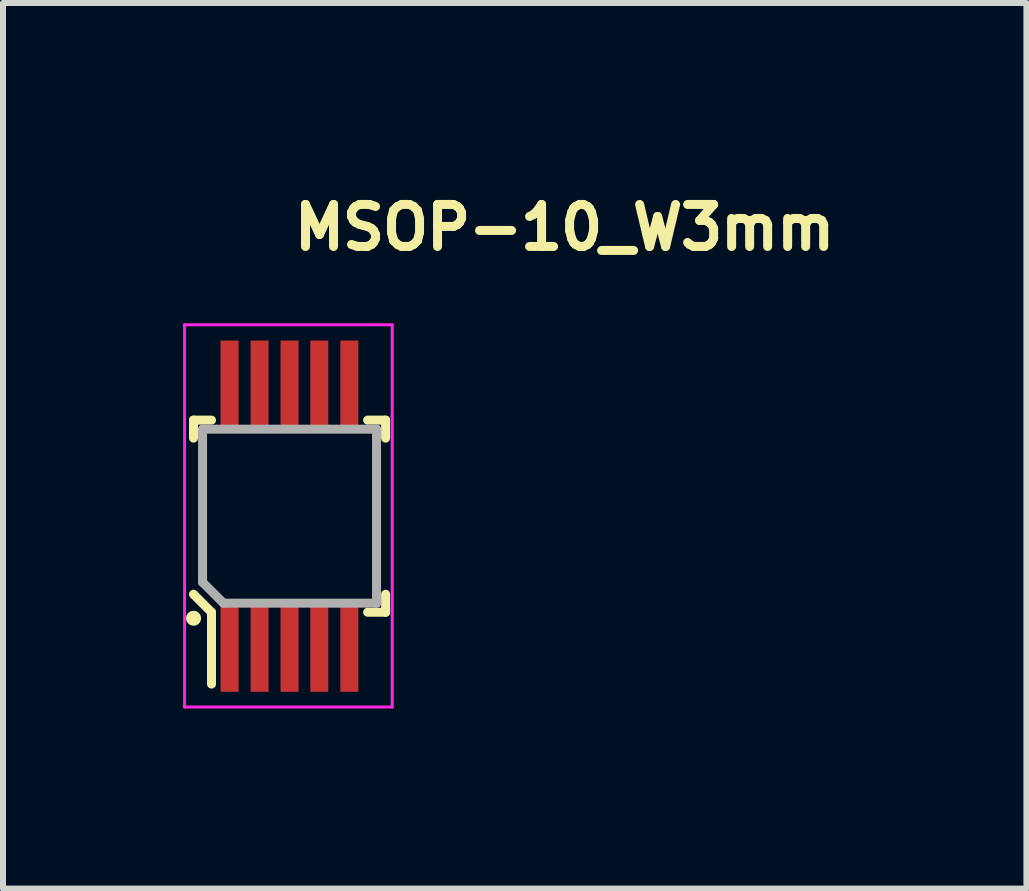
<source format=kicad_pcb>
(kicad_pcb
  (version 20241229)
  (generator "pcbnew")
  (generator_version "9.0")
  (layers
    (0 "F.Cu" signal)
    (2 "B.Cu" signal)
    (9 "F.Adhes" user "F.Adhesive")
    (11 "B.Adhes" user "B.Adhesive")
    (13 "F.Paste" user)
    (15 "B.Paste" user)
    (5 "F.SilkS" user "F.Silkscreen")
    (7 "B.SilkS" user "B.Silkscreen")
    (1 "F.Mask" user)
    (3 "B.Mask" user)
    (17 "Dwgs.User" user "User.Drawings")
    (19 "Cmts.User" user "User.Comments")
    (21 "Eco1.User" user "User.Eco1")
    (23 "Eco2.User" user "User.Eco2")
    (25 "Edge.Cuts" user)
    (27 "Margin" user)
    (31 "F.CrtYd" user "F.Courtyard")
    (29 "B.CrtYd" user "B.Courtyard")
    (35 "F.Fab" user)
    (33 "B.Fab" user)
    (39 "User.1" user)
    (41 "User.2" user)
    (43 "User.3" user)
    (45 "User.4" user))
  (footprint "MSOP-10_W3mm"
    (layer "F.Cu")
    (at 1.775 5.551)
    (property "Reference" "MSOP-10_W3mm" (at 0 -4.401 0) (layer "F.SilkS") (effects (font (size 0.7 0.7) (thickness 0.15)) (justify left bottom)))
    (attr smd)
    (fp_line (start -1.601 -1.601) (end -1.301 -1.601) (stroke (width 0.15) (type solid)) (layer "F.SilkS"))
    (fp_line (start -1.601 -1.301) (end -1.601 -1.601) (stroke (width 0.15) (type solid)) (layer "F.SilkS"))
    (fp_line (start -1.601 1.3) (end -1.301 1.6) (stroke (width 0.15) (type solid)) (layer "F.SilkS"))
    (fp_line (start -1.301 1.6) (end -1.301 2.797) (stroke (width 0.15) (type solid)) (layer "F.SilkS"))
    (fp_line (start 1.3 -1.601) (end 1.6 -1.601) (stroke (width 0.15) (type solid)) (layer "F.SilkS"))
    (fp_line (start 1.6 -1.601) (end 1.6 -1.301) (stroke (width 0.15) (type solid)) (layer "F.SilkS"))
    (fp_line (start 1.6 1.3) (end 1.6 1.6) (stroke (width 0.15) (type solid)) (layer "F.SilkS"))
    (fp_line (start 1.6 1.6) (end 1.3 1.6) (stroke (width 0.15) (type solid)) (layer "F.SilkS"))
    (fp_circle (center -1.6 1.7) (end -1.55 1.7) (stroke (width 0.15) (type solid)) (fill yes) (layer "F.SilkS"))
    (fp_line (start -1.75 -3.19) (end 1.71 -3.19) (stroke (width 0.05) (type solid)) (layer "F.CrtYd"))
    (fp_line (start -1.75 3.18) (end -1.75 -3.19) (stroke (width 0.05) (type solid)) (layer "F.CrtYd"))
    (fp_line (start -1.75 3.18) (end 1.71 3.18) (stroke (width 0.05) (type solid)) (layer "F.CrtYd"))
    (fp_line (start 1.71 -3.19) (end 1.71 3.18) (stroke (width 0.05) (type solid)) (layer "F.CrtYd"))
    (fp_line (start -1.45 -1.45) (end -1.45 1.1) (stroke (width 0.15) (type solid)) (layer "F.Fab"))
    (fp_line (start -1.45 -1.45) (end 1.449 -1.45) (stroke (width 0.15) (type solid)) (layer "F.Fab"))
    (fp_line (start -1.45 1.1) (end -1.101 1.449) (stroke (width 0.15) (type solid)) (layer "F.Fab"))
    (fp_line (start -1.101 1.449) (end 1.449 1.449) (stroke (width 0.15) (type solid)) (layer "F.Fab"))
    (fp_line (start 1.449 -1.45) (end 1.449 1.449) (stroke (width 0.15) (type solid)) (layer "F.Fab"))
    (fp_rect (start -1.5 -2.464) (end 1.499 2.463) (stroke (width 0.1) (type solid)) (fill no) (layer "User.5"))
    (fp_rect (start -1.5 -2.464) (end 1.499 2.463) (stroke (width 0.1) (type solid)) (fill no) (layer "User.5"))
    (fp_line (start -1.5 -1.422) (end -1.498 -1.426) (stroke (width 0.02) (type solid)) (layer "User.9"))
    (fp_line (start -1.5 -1.416) (end -1.5 -1.422) (stroke (width 0.02) (type solid)) (layer "User.9"))
    (fp_line (start -1.5 -1.412) (end -1.5 -1.416) (stroke (width 0.02) (type solid)) (layer "User.9"))
    (fp_line (start -1.5 -1.407) (end -1.5 -1.412) (stroke (width 0.02) (type solid)) (layer "User.9"))
    (fp_line (start -1.5 -1.401) (end -1.5 -1.407) (stroke (width 0.02) (type solid)) (layer "User.9"))
    (fp_line (start -1.5 -1.401) (end -1.5 -1.401) (stroke (width 0.02) (type solid)) (layer "User.9"))
    (fp_line (start -1.5 1.398) (end -1.5 -1.401) (stroke (width 0.02) (type solid)) (layer "User.9"))
    (fp_line (start -1.5 1.4) (end -1.5 1.398) (stroke (width 0.02) (type solid)) (layer "User.9"))
    (fp_line (start -1.5 1.404) (end -1.5 1.4) (stroke (width 0.02) (type solid)) (layer "User.9"))
    (fp_line (start -1.5 1.409) (end -1.5 1.404) (stroke (width 0.02) (type solid)) (layer "User.9"))
    (fp_line (start -1.5 1.415) (end -1.5 1.409) (stroke (width 0.02) (type solid)) (layer "User.9"))
    (fp_line (start -1.5 1.419) (end -1.5 1.415) (stroke (width 0.02) (type solid)) (layer "User.9"))
    (fp_line (start -1.498 -1.426) (end -1.496 -1.43) (stroke (width 0.02) (type solid)) (layer "User.9"))
    (fp_line (start -1.498 1.423) (end -1.5 1.419) (stroke (width 0.02) (type solid)) (layer "User.9"))
    (fp_line (start -1.496 -1.436) (end -1.494 -1.44) (stroke (width 0.02) (type solid)) (layer "User.9"))
    (fp_line (start -1.496 -1.43) (end -1.496 -1.436) (stroke (width 0.02) (type solid)) (layer "User.9"))
    (fp_line (start -1.496 1.429) (end -1.498 1.423) (stroke (width 0.02) (type solid)) (layer "User.9"))
    (fp_line (start -1.496 1.433) (end -1.496 1.429) (stroke (width 0.02) (type solid)) (layer "User.9"))
    (fp_line (start -1.494 -1.44) (end -1.492 -1.444) (stroke (width 0.02) (type solid)) (layer "User.9"))
    (fp_line (start -1.494 1.437) (end -1.496 1.433) (stroke (width 0.02) (type solid)) (layer "User.9"))
    (fp_line (start -1.492 -1.444) (end -1.49 -1.448) (stroke (width 0.02) (type solid)) (layer "User.9"))
    (fp_line (start -1.492 1.443) (end -1.494 1.437) (stroke (width 0.02) (type solid)) (layer "User.9"))
    (fp_line (start -1.49 -1.448) (end -1.486 -1.452) (stroke (width 0.02) (type solid)) (layer "User.9"))
    (fp_line (start -1.49 1.447) (end -1.492 1.443) (stroke (width 0.02) (type solid)) (layer "User.9"))
    (fp_line (start -1.486 -1.452) (end -1.484 -1.456) (stroke (width 0.02) (type solid)) (layer "User.9"))
    (fp_line (start -1.486 1.451) (end -1.49 1.447) (stroke (width 0.02) (type solid)) (layer "User.9"))
    (fp_line (start -1.484 -1.456) (end -1.482 -1.46) (stroke (width 0.02) (type solid)) (layer "User.9"))
    (fp_line (start -1.484 1.455) (end -1.486 1.451) (stroke (width 0.02) (type solid)) (layer "User.9"))
    (fp_line (start -1.482 -1.46) (end -1.478 -1.464) (stroke (width 0.02) (type solid)) (layer "User.9"))
    (fp_line (start -1.482 1.459) (end -1.484 1.455) (stroke (width 0.02) (type solid)) (layer "User.9"))
    (fp_line (start -1.478 -1.464) (end -1.476 -1.468) (stroke (width 0.02) (type solid)) (layer "User.9"))
    (fp_line (start -1.478 1.463) (end -1.482 1.459) (stroke (width 0.02) (type solid)) (layer "User.9"))
    (fp_line (start -1.476 -1.468) (end -1.472 -1.472) (stroke (width 0.02) (type solid)) (layer "User.9"))
    (fp_line (start -1.476 1.467) (end -1.478 1.463) (stroke (width 0.02) (type solid)) (layer "User.9"))
    (fp_line (start -1.472 -1.472) (end -1.468 -1.476) (stroke (width 0.02) (type solid)) (layer "User.9"))
    (fp_line (start -1.472 1.469) (end -1.476 1.467) (stroke (width 0.02) (type solid)) (layer "User.9"))
    (fp_line (start -1.468 -1.476) (end -1.464 -1.478) (stroke (width 0.02) (type solid)) (layer "User.9"))
    (fp_line (start -1.468 1.473) (end -1.472 1.469) (stroke (width 0.02) (type solid)) (layer "User.9"))
    (fp_line (start -1.464 -1.478) (end -1.46 -1.482) (stroke (width 0.02) (type solid)) (layer "User.9"))
    (fp_line (start -1.464 1.477) (end -1.468 1.473) (stroke (width 0.02) (type solid)) (layer "User.9"))
    (fp_line (start -1.46 -1.482) (end -1.456 -1.484) (stroke (width 0.02) (type solid)) (layer "User.9"))
    (fp_line (start -1.46 1.479) (end -1.464 1.477) (stroke (width 0.02) (type solid)) (layer "User.9"))
    (fp_line (start -1.456 -1.484) (end -1.452 -1.486) (stroke (width 0.02) (type solid)) (layer "User.9"))
    (fp_line (start -1.456 1.483) (end -1.46 1.479) (stroke (width 0.02) (type solid)) (layer "User.9"))
    (fp_line (start -1.452 -1.486) (end -1.448 -1.49) (stroke (width 0.02) (type solid)) (layer "User.9"))
    (fp_line (start -1.452 1.485) (end -1.456 1.483) (stroke (width 0.02) (type solid)) (layer "User.9"))
    (fp_line (start -1.448 -1.49) (end -1.444 -1.492) (stroke (width 0.02) (type solid)) (layer "User.9"))
    (fp_line (start -1.448 1.487) (end -1.452 1.485) (stroke (width 0.02) (type solid)) (layer "User.9"))
    (fp_line (start -1.444 -1.492) (end -1.44 -1.494) (stroke (width 0.02) (type solid)) (layer "User.9"))
    (fp_line (start -1.444 1.489) (end -1.448 1.487) (stroke (width 0.02) (type solid)) (layer "User.9"))
    (fp_line (start -1.44 -1.494) (end -1.436 -1.496) (stroke (width 0.02) (type solid)) (layer "User.9"))
    (fp_line (start -1.44 1.491) (end -1.444 1.489) (stroke (width 0.02) (type solid)) (layer "User.9"))
    (fp_line (start -1.436 -1.496) (end -1.43 -1.496) (stroke (width 0.02) (type solid)) (layer "User.9"))
    (fp_line (start -1.436 1.493) (end -1.44 1.491) (stroke (width 0.02) (type solid)) (layer "User.9"))
    (fp_line (start -1.43 -1.496) (end -1.426 -1.498) (stroke (width 0.02) (type solid)) (layer "User.9"))
    (fp_line (start -1.43 1.495) (end -1.436 1.493) (stroke (width 0.02) (type solid)) (layer "User.9"))
    (fp_line (start -1.426 -1.498) (end -1.422 -1.5) (stroke (width 0.02) (type solid)) (layer "User.9"))
    (fp_line (start -1.426 1.497) (end -1.43 1.495) (stroke (width 0.02) (type solid)) (layer "User.9"))
    (fp_line (start -1.422 -1.5) (end -1.416 -1.5) (stroke (width 0.02) (type solid)) (layer "User.9"))
    (fp_line (start -1.422 1.497) (end -1.426 1.497) (stroke (width 0.02) (type solid)) (layer "User.9"))
    (fp_line (start -1.416 -1.5) (end -1.412 -1.5) (stroke (width 0.02) (type solid)) (layer "User.9"))
    (fp_line (start -1.416 1.499) (end -1.422 1.497) (stroke (width 0.02) (type solid)) (layer "User.9"))
    (fp_line (start -1.412 -1.5) (end -1.407 -1.5) (stroke (width 0.02) (type solid)) (layer "User.9"))
    (fp_line (start -1.412 1.499) (end -1.416 1.499) (stroke (width 0.02) (type solid)) (layer "User.9"))
    (fp_line (start -1.407 -1.5) (end -1.401 -1.5) (stroke (width 0.02) (type solid)) (layer "User.9"))
    (fp_line (start -1.407 1.499) (end -1.412 1.499) (stroke (width 0.02) (type solid)) (layer "User.9"))
    (fp_line (start -1.401 -1.5) (end -1.401 -1.5) (stroke (width 0.02) (type solid)) (layer "User.9"))
    (fp_line (start -1.401 -1.5) (end 1.398 -1.5) (stroke (width 0.02) (type solid)) (layer "User.9"))
    (fp_line (start -1.401 1.499) (end -1.407 1.499) (stroke (width 0.02) (type solid)) (layer "User.9"))
    (fp_line (start -1.401 1.499) (end -1.401 1.499) (stroke (width 0.02) (type solid)) (layer "User.9"))
    (fp_line (start -1.401 1.499) (end 1.398 1.499) (stroke (width 0.02) (type solid)) (layer "User.9"))
    (fp_line (start -1.373 -1.474) (end -1.373 -1.373) (stroke (width 0.02) (type solid)) (layer "User.9"))
    (fp_line (start -1.373 -1.373) (end -1.474 -1.373) (stroke (width 0.02) (type solid)) (layer "User.9"))
    (fp_line (start -1.111 -2.169) (end -1.111 -2.464) (stroke (width 0.02) (type solid)) (layer "User.9"))
    (fp_line (start -1.111 -2.169) (end -1.111 -2.077) (stroke (width 0.02) (type solid)) (layer "User.9"))
    (fp_line (start -1.111 -2.048) (end -1.111 -2.077) (stroke (width 0.02) (type solid)) (layer "User.9"))
    (fp_line (start -1.111 -1.772) (end -1.111 -2.048) (stroke (width 0.02) (type solid)) (layer "User.9"))
    (fp_line (start -1.111 -1.5) (end -1.111 -1.772) (stroke (width 0.02) (type solid)) (layer "User.9"))
    (fp_line (start -1.111 1.499) (end -1.111 1.769) (stroke (width 0.02) (type solid)) (layer "User.9"))
    (fp_line (start -1.111 1.499) (end -0.89 1.499) (stroke (width 0.02) (type solid)) (layer "User.9"))
    (fp_line (start -1.111 2.043) (end -1.111 1.769) (stroke (width 0.02) (type solid)) (layer "User.9"))
    (fp_line (start -1.111 2.076) (end -1.111 2.043) (stroke (width 0.02) (type solid)) (layer "User.9"))
    (fp_line (start -1.111 2.168) (end -1.111 2.076) (stroke (width 0.02) (type solid)) (layer "User.9"))
    (fp_line (start -1.111 2.168) (end -1.111 2.463) (stroke (width 0.02) (type solid)) (layer "User.9"))
    (fp_line (start -1.111 2.463) (end -0.89 2.463) (stroke (width 0.02) (type solid)) (layer "User.9"))
    (fp_line (start -0.89 -2.464) (end -1.111 -2.464) (stroke (width 0.02) (type solid)) (layer "User.9"))
    (fp_line (start -0.89 -2.169) (end -0.89 -2.464) (stroke (width 0.02) (type solid)) (layer "User.9"))
    (fp_line (start -0.89 -2.169) (end -0.89 -2.077) (stroke (width 0.02) (type solid)) (layer "User.9"))
    (fp_line (start -0.89 -2.077) (end -0.89 -2.048) (stroke (width 0.02) (type solid)) (layer "User.9"))
    (fp_line (start -0.89 -2.048) (end -0.89 -1.772) (stroke (width 0.02) (type solid)) (layer "User.9"))
    (fp_line (start -0.89 -1.5) (end -1.111 -1.5) (stroke (width 0.02) (type solid)) (layer "User.9"))
    (fp_line (start -0.89 -1.5) (end -0.89 -1.772) (stroke (width 0.02) (type solid)) (layer "User.9"))
    (fp_line (start -0.89 1.499) (end -0.89 1.769) (stroke (width 0.02) (type solid)) (layer "User.9"))
    (fp_line (start -0.89 1.769) (end -0.89 2.043) (stroke (width 0.02) (type solid)) (layer "User.9"))
    (fp_line (start -0.89 2.043) (end -0.89 2.076) (stroke (width 0.02) (type solid)) (layer "User.9"))
    (fp_line (start -0.89 2.168) (end -0.89 2.076) (stroke (width 0.02) (type solid)) (layer "User.9"))
    (fp_line (start -0.89 2.168) (end -0.89 2.463) (stroke (width 0.02) (type solid)) (layer "User.9"))
    (fp_line (start -0.61 -2.169) (end -0.61 -2.464) (stroke (width 0.02) (type solid)) (layer "User.9"))
    (fp_line (start -0.61 -2.169) (end -0.61 -2.077) (stroke (width 0.02) (type solid)) (layer "User.9"))
    (fp_line (start -0.61 -2.048) (end -0.61 -2.077) (stroke (width 0.02) (type solid)) (layer "User.9"))
    (fp_line (start -0.61 -1.772) (end -0.61 -2.048) (stroke (width 0.02) (type solid)) (layer "User.9"))
    (fp_line (start -0.61 -1.5) (end -0.61 -1.772) (stroke (width 0.02) (type solid)) (layer "User.9"))
    (fp_line (start -0.61 1.499) (end -0.61 1.769) (stroke (width 0.02) (type solid)) (layer "User.9"))
    (fp_line (start -0.61 1.499) (end -0.393 1.499) (stroke (width 0.02) (type solid)) (layer "User.9"))
    (fp_line (start -0.61 2.043) (end -0.61 1.769) (stroke (width 0.02) (type solid)) (layer "User.9"))
    (fp_line (start -0.61 2.076) (end -0.61 2.043) (stroke (width 0.02) (type solid)) (layer "User.9"))
    (fp_line (start -0.61 2.168) (end -0.61 2.076) (stroke (width 0.02) (type solid)) (layer "User.9"))
    (fp_line (start -0.61 2.168) (end -0.61 2.463) (stroke (width 0.02) (type solid)) (layer "User.9"))
    (fp_line (start -0.61 2.463) (end -0.393 2.463) (stroke (width 0.02) (type solid)) (layer "User.9"))
    (fp_line (start -0.393 -2.464) (end -0.61 -2.464) (stroke (width 0.02) (type solid)) (layer "User.9"))
    (fp_line (start -0.393 -2.169) (end -0.393 -2.464) (stroke (width 0.02) (type solid)) (layer "User.9"))
    (fp_line (start -0.393 -2.169) (end -0.393 -2.077) (stroke (width 0.02) (type solid)) (layer "User.9"))
    (fp_line (start -0.393 -2.077) (end -0.393 -2.048) (stroke (width 0.02) (type solid)) (layer "User.9"))
    (fp_line (start -0.393 -2.048) (end -0.393 -1.772) (stroke (width 0.02) (type solid)) (layer "User.9"))
    (fp_line (start -0.393 -1.5) (end -0.61 -1.5) (stroke (width 0.02) (type solid)) (layer "User.9"))
    (fp_line (start -0.393 -1.5) (end -0.393 -1.772) (stroke (width 0.02) (type solid)) (layer "User.9"))
    (fp_line (start -0.393 1.499) (end -0.393 1.769) (stroke (width 0.02) (type solid)) (layer "User.9"))
    (fp_line (start -0.393 1.769) (end -0.393 2.043) (stroke (width 0.02) (type solid)) (layer "User.9"))
    (fp_line (start -0.393 2.043) (end -0.393 2.076) (stroke (width 0.02) (type solid)) (layer "User.9"))
    (fp_line (start -0.393 2.168) (end -0.393 2.076) (stroke (width 0.02) (type solid)) (layer "User.9"))
    (fp_line (start -0.393 2.168) (end -0.393 2.463) (stroke (width 0.02) (type solid)) (layer "User.9"))
    (fp_line (start -0.11 -2.169) (end -0.11 -2.464) (stroke (width 0.02) (type solid)) (layer "User.9"))
    (fp_line (start -0.11 -2.169) (end -0.11 -2.077) (stroke (width 0.02) (type solid)) (layer "User.9"))
    (fp_line (start -0.11 -2.048) (end -0.11 -2.077) (stroke (width 0.02) (type solid)) (layer "User.9"))
    (fp_line (start -0.11 -1.772) (end -0.11 -2.048) (stroke (width 0.02) (type solid)) (layer "User.9"))
    (fp_line (start -0.11 -1.5) (end -0.11 -1.772) (stroke (width 0.02) (type solid)) (layer "User.9"))
    (fp_line (start -0.11 1.499) (end -0.11 1.769) (stroke (width 0.02) (type solid)) (layer "User.9"))
    (fp_line (start -0.11 1.499) (end 0.107 1.499) (stroke (width 0.02) (type solid)) (layer "User.9"))
    (fp_line (start -0.11 2.043) (end -0.11 1.769) (stroke (width 0.02) (type solid)) (layer "User.9"))
    (fp_line (start -0.11 2.076) (end -0.11 2.043) (stroke (width 0.02) (type solid)) (layer "User.9"))
    (fp_line (start -0.11 2.168) (end -0.11 2.076) (stroke (width 0.02) (type solid)) (layer "User.9"))
    (fp_line (start -0.11 2.168) (end -0.11 2.463) (stroke (width 0.02) (type solid)) (layer "User.9"))
    (fp_line (start -0.11 2.463) (end 0.107 2.463) (stroke (width 0.02) (type solid)) (layer "User.9"))
    (fp_line (start 0.107 -2.464) (end -0.11 -2.464) (stroke (width 0.02) (type solid)) (layer "User.9"))
    (fp_line (start 0.107 -2.169) (end 0.107 -2.464) (stroke (width 0.02) (type solid)) (layer "User.9"))
    (fp_line (start 0.107 -2.169) (end 0.107 -2.077) (stroke (width 0.02) (type solid)) (layer "User.9"))
    (fp_line (start 0.107 -2.077) (end 0.107 -2.048) (stroke (width 0.02) (type solid)) (layer "User.9"))
    (fp_line (start 0.107 -2.048) (end 0.107 -1.772) (stroke (width 0.02) (type solid)) (layer "User.9"))
    (fp_line (start 0.107 -1.5) (end -0.11 -1.5) (stroke (width 0.02) (type solid)) (layer "User.9"))
    (fp_line (start 0.107 -1.5) (end 0.107 -1.772) (stroke (width 0.02) (type solid)) (layer "User.9"))
    (fp_line (start 0.107 1.499) (end 0.107 1.769) (stroke (width 0.02) (type solid)) (layer "User.9"))
    (fp_line (start 0.107 1.769) (end 0.107 2.043) (stroke (width 0.02) (type solid)) (layer "User.9"))
    (fp_line (start 0.107 2.043) (end 0.107 2.076) (stroke (width 0.02) (type solid)) (layer "User.9"))
    (fp_line (start 0.107 2.168) (end 0.107 2.076) (stroke (width 0.02) (type solid)) (layer "User.9"))
    (fp_line (start 0.107 2.168) (end 0.107 2.463) (stroke (width 0.02) (type solid)) (layer "User.9"))
    (fp_line (start 0.39 -2.169) (end 0.39 -2.464) (stroke (width 0.02) (type solid)) (layer "User.9"))
    (fp_line (start 0.39 -2.169) (end 0.39 -2.077) (stroke (width 0.02) (type solid)) (layer "User.9"))
    (fp_line (start 0.39 -2.048) (end 0.39 -2.077) (stroke (width 0.02) (type solid)) (layer "User.9"))
    (fp_line (start 0.39 -1.772) (end 0.39 -2.048) (stroke (width 0.02) (type solid)) (layer "User.9"))
    (fp_line (start 0.39 -1.5) (end 0.39 -1.772) (stroke (width 0.02) (type solid)) (layer "User.9"))
    (fp_line (start 0.39 1.499) (end 0.39 1.769) (stroke (width 0.02) (type solid)) (layer "User.9"))
    (fp_line (start 0.39 1.499) (end 0.607 1.499) (stroke (width 0.02) (type solid)) (layer "User.9"))
    (fp_line (start 0.39 2.043) (end 0.39 1.769) (stroke (width 0.02) (type solid)) (layer "User.9"))
    (fp_line (start 0.39 2.076) (end 0.39 2.043) (stroke (width 0.02) (type solid)) (layer "User.9"))
    (fp_line (start 0.39 2.168) (end 0.39 2.076) (stroke (width 0.02) (type solid)) (layer "User.9"))
    (fp_line (start 0.39 2.168) (end 0.39 2.463) (stroke (width 0.02) (type solid)) (layer "User.9"))
    (fp_line (start 0.39 2.463) (end 0.607 2.463) (stroke (width 0.02) (type solid)) (layer "User.9"))
    (fp_line (start 0.607 -2.464) (end 0.39 -2.464) (stroke (width 0.02) (type solid)) (layer "User.9"))
    (fp_line (start 0.607 -2.169) (end 0.607 -2.464) (stroke (width 0.02) (type solid)) (layer "User.9"))
    (fp_line (start 0.607 -2.169) (end 0.607 -2.077) (stroke (width 0.02) (type solid)) (layer "User.9"))
    (fp_line (start 0.607 -2.077) (end 0.607 -2.048) (stroke (width 0.02) (type solid)) (layer "User.9"))
    (fp_line (start 0.607 -2.048) (end 0.607 -1.772) (stroke (width 0.02) (type solid)) (layer "User.9"))
    (fp_line (start 0.607 -1.5) (end 0.39 -1.5) (stroke (width 0.02) (type solid)) (layer "User.9"))
    (fp_line (start 0.607 -1.5) (end 0.607 -1.772) (stroke (width 0.02) (type solid)) (layer "User.9"))
    (fp_line (start 0.607 1.499) (end 0.607 1.769) (stroke (width 0.02) (type solid)) (layer "User.9"))
    (fp_line (start 0.607 1.769) (end 0.607 2.043) (stroke (width 0.02) (type solid)) (layer "User.9"))
    (fp_line (start 0.607 2.043) (end 0.607 2.076) (stroke (width 0.02) (type solid)) (layer "User.9"))
    (fp_line (start 0.607 2.168) (end 0.607 2.076) (stroke (width 0.02) (type solid)) (layer "User.9"))
    (fp_line (start 0.607 2.168) (end 0.607 2.463) (stroke (width 0.02) (type solid)) (layer "User.9"))
    (fp_line (start 0.887 -2.169) (end 0.887 -2.464) (stroke (width 0.02) (type solid)) (layer "User.9"))
    (fp_line (start 0.887 -2.169) (end 0.887 -2.077) (stroke (width 0.02) (type solid)) (layer "User.9"))
    (fp_line (start 0.887 -2.048) (end 0.887 -2.077) (stroke (width 0.02) (type solid)) (layer "User.9"))
    (fp_line (start 0.887 -1.772) (end 0.887 -2.048) (stroke (width 0.02) (type solid)) (layer "User.9"))
    (fp_line (start 0.887 -1.5) (end 0.887 -1.772) (stroke (width 0.02) (type solid)) (layer "User.9"))
    (fp_line (start 0.887 1.499) (end 0.887 1.769) (stroke (width 0.02) (type solid)) (layer "User.9"))
    (fp_line (start 0.887 1.499) (end 1.11 1.499) (stroke (width 0.02) (type solid)) (layer "User.9"))
    (fp_line (start 0.887 2.043) (end 0.887 1.769) (stroke (width 0.02) (type solid)) (layer "User.9"))
    (fp_line (start 0.887 2.076) (end 0.887 2.043) (stroke (width 0.02) (type solid)) (layer "User.9"))
    (fp_line (start 0.887 2.168) (end 0.887 2.076) (stroke (width 0.02) (type solid)) (layer "User.9"))
    (fp_line (start 0.887 2.168) (end 0.887 2.463) (stroke (width 0.02) (type solid)) (layer "User.9"))
    (fp_line (start 0.887 2.463) (end 1.11 2.463) (stroke (width 0.02) (type solid)) (layer "User.9"))
    (fp_line (start 1.11 -2.464) (end 0.887 -2.464) (stroke (width 0.02) (type solid)) (layer "User.9"))
    (fp_line (start 1.11 -2.169) (end 1.11 -2.464) (stroke (width 0.02) (type solid)) (layer "User.9"))
    (fp_line (start 1.11 -2.169) (end 1.11 -2.077) (stroke (width 0.02) (type solid)) (layer "User.9"))
    (fp_line (start 1.11 -2.077) (end 1.11 -2.048) (stroke (width 0.02) (type solid)) (layer "User.9"))
    (fp_line (start 1.11 -2.048) (end 1.11 -1.772) (stroke (width 0.02) (type solid)) (layer "User.9"))
    (fp_line (start 1.11 -1.5) (end 0.887 -1.5) (stroke (width 0.02) (type solid)) (layer "User.9"))
    (fp_line (start 1.11 -1.5) (end 1.11 -1.772) (stroke (width 0.02) (type solid)) (layer "User.9"))
    (fp_line (start 1.11 1.499) (end 1.11 1.769) (stroke (width 0.02) (type solid)) (layer "User.9"))
    (fp_line (start 1.11 1.769) (end 1.11 2.043) (stroke (width 0.02) (type solid)) (layer "User.9"))
    (fp_line (start 1.11 2.043) (end 1.11 2.076) (stroke (width 0.02) (type solid)) (layer "User.9"))
    (fp_line (start 1.11 2.168) (end 1.11 2.076) (stroke (width 0.02) (type solid)) (layer "User.9"))
    (fp_line (start 1.11 2.168) (end 1.11 2.463) (stroke (width 0.02) (type solid)) (layer "User.9"))
    (fp_line (start 1.372 -1.474) (end 1.376 -1.472) (stroke (width 0.02) (type solid)) (layer "User.9"))
    (fp_line (start 1.372 1.471) (end 1.372 1.372) (stroke (width 0.02) (type solid)) (layer "User.9"))
    (fp_line (start 1.376 -1.472) (end 1.382 -1.472) (stroke (width 0.02) (type solid)) (layer "User.9"))
    (fp_line (start 1.376 1.471) (end 1.372 1.471) (stroke (width 0.02) (type solid)) (layer "User.9"))
    (fp_line (start 1.382 -1.472) (end 1.386 -1.472) (stroke (width 0.02) (type solid)) (layer "User.9"))
    (fp_line (start 1.382 1.471) (end 1.376 1.471) (stroke (width 0.02) (type solid)) (layer "User.9"))
    (fp_line (start 1.386 -1.472) (end 1.392 -1.47) (stroke (width 0.02) (type solid)) (layer "User.9"))
    (fp_line (start 1.386 1.469) (end 1.382 1.471) (stroke (width 0.02) (type solid)) (layer "User.9"))
    (fp_line (start 1.392 -1.47) (end 1.396 -1.47) (stroke (width 0.02) (type solid)) (layer "User.9"))
    (fp_line (start 1.392 1.469) (end 1.386 1.469) (stroke (width 0.02) (type solid)) (layer "User.9"))
    (fp_line (start 1.396 -1.47) (end 1.4 -1.468) (stroke (width 0.02) (type solid)) (layer "User.9"))
    (fp_line (start 1.396 1.467) (end 1.392 1.469) (stroke (width 0.02) (type solid)) (layer "User.9"))
    (fp_line (start 1.398 -1.5) (end 1.4 -1.5) (stroke (width 0.02) (type solid)) (layer "User.9"))
    (fp_line (start 1.4 -1.5) (end 1.404 -1.5) (stroke (width 0.02) (type solid)) (layer "User.9"))
    (fp_line (start 1.4 -1.468) (end 1.406 -1.466) (stroke (width 0.02) (type solid)) (layer "User.9"))
    (fp_line (start 1.4 1.467) (end 1.396 1.467) (stroke (width 0.02) (type solid)) (layer "User.9"))
    (fp_line (start 1.4 1.499) (end 1.398 1.499) (stroke (width 0.02) (type solid)) (layer "User.9"))
    (fp_line (start 1.404 -1.5) (end 1.409 -1.5) (stroke (width 0.02) (type solid)) (layer "User.9"))
    (fp_line (start 1.404 1.499) (end 1.4 1.499) (stroke (width 0.02) (type solid)) (layer "User.9"))
    (fp_line (start 1.406 -1.466) (end 1.411 -1.466) (stroke (width 0.02) (type solid)) (layer "User.9"))
    (fp_line (start 1.406 1.465) (end 1.4 1.467) (stroke (width 0.02) (type solid)) (layer "User.9"))
    (fp_line (start 1.409 -1.5) (end 1.415 -1.5) (stroke (width 0.02) (type solid)) (layer "User.9"))
    (fp_line (start 1.409 1.499) (end 1.404 1.499) (stroke (width 0.02) (type solid)) (layer "User.9"))
    (fp_line (start 1.411 -1.466) (end 1.415 -1.464) (stroke (width 0.02) (type solid)) (layer "User.9"))
    (fp_line (start 1.411 1.463) (end 1.406 1.465) (stroke (width 0.02) (type solid)) (layer "User.9"))
    (fp_line (start 1.415 -1.5) (end 1.419 -1.5) (stroke (width 0.02) (type solid)) (layer "User.9"))
    (fp_line (start 1.415 -1.464) (end 1.419 -1.46) (stroke (width 0.02) (type solid)) (layer "User.9"))
    (fp_line (start 1.415 1.461) (end 1.411 1.463) (stroke (width 0.02) (type solid)) (layer "User.9"))
    (fp_line (start 1.415 1.499) (end 1.409 1.499) (stroke (width 0.02) (type solid)) (layer "User.9"))
    (fp_line (start 1.419 -1.5) (end 1.423 -1.498) (stroke (width 0.02) (type solid)) (layer "User.9"))
    (fp_line (start 1.419 -1.46) (end 1.423 -1.458) (stroke (width 0.02) (type solid)) (layer "User.9"))
    (fp_line (start 1.419 1.459) (end 1.415 1.461) (stroke (width 0.02) (type solid)) (layer "User.9"))
    (fp_line (start 1.419 1.497) (end 1.415 1.499) (stroke (width 0.02) (type solid)) (layer "User.9"))
    (fp_line (start 1.423 -1.498) (end 1.429 -1.496) (stroke (width 0.02) (type solid)) (layer "User.9"))
    (fp_line (start 1.423 -1.458) (end 1.427 -1.456) (stroke (width 0.02) (type solid)) (layer "User.9"))
    (fp_line (start 1.423 1.457) (end 1.419 1.459) (stroke (width 0.02) (type solid)) (layer "User.9"))
    (fp_line (start 1.423 1.497) (end 1.419 1.497) (stroke (width 0.02) (type solid)) (layer "User.9"))
    (fp_line (start 1.427 -1.456) (end 1.431 -1.454) (stroke (width 0.02) (type solid)) (layer "User.9"))
    (fp_line (start 1.427 1.453) (end 1.423 1.457) (stroke (width 0.02) (type solid)) (layer "User.9"))
    (fp_line (start 1.429 -1.496) (end 1.433 -1.496) (stroke (width 0.02) (type solid)) (layer "User.9"))
    (fp_line (start 1.429 1.495) (end 1.423 1.497) (stroke (width 0.02) (type solid)) (layer "User.9"))
    (fp_line (start 1.431 -1.454) (end 1.435 -1.45) (stroke (width 0.02) (type solid)) (layer "User.9"))
    (fp_line (start 1.431 1.451) (end 1.427 1.453) (stroke (width 0.02) (type solid)) (layer "User.9"))
    (fp_line (start 1.433 -1.496) (end 1.437 -1.494) (stroke (width 0.02) (type solid)) (layer "User.9"))
    (fp_line (start 1.433 1.493) (end 1.429 1.495) (stroke (width 0.02) (type solid)) (layer "User.9"))
    (fp_line (start 1.435 -1.45) (end 1.439 -1.446) (stroke (width 0.02) (type solid)) (layer "User.9"))
    (fp_line (start 1.435 1.449) (end 1.431 1.451) (stroke (width 0.02) (type solid)) (layer "User.9"))
    (fp_line (start 1.437 -1.494) (end 1.443 -1.492) (stroke (width 0.02) (type solid)) (layer "User.9"))
    (fp_line (start 1.437 1.491) (end 1.433 1.493) (stroke (width 0.02) (type solid)) (layer "User.9"))
    (fp_line (start 1.439 -1.446) (end 1.441 -1.444) (stroke (width 0.02) (type solid)) (layer "User.9"))
    (fp_line (start 1.439 1.445) (end 1.435 1.449) (stroke (width 0.02) (type solid)) (layer "User.9"))
    (fp_line (start 1.441 -1.444) (end 1.445 -1.44) (stroke (width 0.02) (type solid)) (layer "User.9"))
    (fp_line (start 1.441 1.441) (end 1.439 1.445) (stroke (width 0.02) (type solid)) (layer "User.9"))
    (fp_line (start 1.443 -1.492) (end 1.447 -1.49) (stroke (width 0.02) (type solid)) (layer "User.9"))
    (fp_line (start 1.443 1.489) (end 1.437 1.491) (stroke (width 0.02) (type solid)) (layer "User.9"))
    (fp_line (start 1.445 -1.44) (end 1.449 -1.436) (stroke (width 0.02) (type solid)) (layer "User.9"))
    (fp_line (start 1.445 1.439) (end 1.441 1.441) (stroke (width 0.02) (type solid)) (layer "User.9"))
    (fp_line (start 1.447 -1.49) (end 1.451 -1.486) (stroke (width 0.02) (type solid)) (layer "User.9"))
    (fp_line (start 1.447 1.487) (end 1.443 1.489) (stroke (width 0.02) (type solid)) (layer "User.9"))
    (fp_line (start 1.449 -1.436) (end 1.451 -1.432) (stroke (width 0.02) (type solid)) (layer "User.9"))
    (fp_line (start 1.449 1.435) (end 1.445 1.439) (stroke (width 0.02) (type solid)) (layer "User.9"))
    (fp_line (start 1.451 -1.486) (end 1.455 -1.484) (stroke (width 0.02) (type solid)) (layer "User.9"))
    (fp_line (start 1.451 -1.432) (end 1.453 -1.428) (stroke (width 0.02) (type solid)) (layer "User.9"))
    (fp_line (start 1.451 1.431) (end 1.449 1.435) (stroke (width 0.02) (type solid)) (layer "User.9"))
    (fp_line (start 1.451 1.485) (end 1.447 1.487) (stroke (width 0.02) (type solid)) (layer "User.9"))
    (fp_line (start 1.453 -1.428) (end 1.457 -1.424) (stroke (width 0.02) (type solid)) (layer "User.9"))
    (fp_line (start 1.453 1.427) (end 1.451 1.431) (stroke (width 0.02) (type solid)) (layer "User.9"))
    (fp_line (start 1.455 -1.484) (end 1.459 -1.482) (stroke (width 0.02) (type solid)) (layer "User.9"))
    (fp_line (start 1.455 1.483) (end 1.451 1.485) (stroke (width 0.02) (type solid)) (layer "User.9"))
    (fp_line (start 1.457 -1.424) (end 1.459 -1.42) (stroke (width 0.02) (type solid)) (layer "User.9"))
    (fp_line (start 1.457 1.423) (end 1.453 1.427) (stroke (width 0.02) (type solid)) (layer "User.9"))
    (fp_line (start 1.459 -1.482) (end 1.463 -1.478) (stroke (width 0.02) (type solid)) (layer "User.9"))
    (fp_line (start 1.459 -1.42) (end 1.461 -1.416) (stroke (width 0.02) (type solid)) (layer "User.9"))
    (fp_line (start 1.459 1.419) (end 1.457 1.423) (stroke (width 0.02) (type solid)) (layer "User.9"))
    (fp_line (start 1.459 1.479) (end 1.455 1.483) (stroke (width 0.02) (type solid)) (layer "User.9"))
    (fp_line (start 1.461 -1.416) (end 1.463 -1.412) (stroke (width 0.02) (type solid)) (layer "User.9"))
    (fp_line (start 1.461 1.415) (end 1.459 1.419) (stroke (width 0.02) (type solid)) (layer "User.9"))
    (fp_line (start 1.463 -1.478) (end 1.467 -1.476) (stroke (width 0.02) (type solid)) (layer "User.9"))
    (fp_line (start 1.463 -1.412) (end 1.465 -1.407) (stroke (width 0.02) (type solid)) (layer "User.9"))
    (fp_line (start 1.463 1.411) (end 1.461 1.415) (stroke (width 0.02) (type solid)) (layer "User.9"))
    (fp_line (start 1.463 1.477) (end 1.459 1.479) (stroke (width 0.02) (type solid)) (layer "User.9"))
    (fp_line (start 1.465 -1.407) (end 1.467 -1.403) (stroke (width 0.02) (type solid)) (layer "User.9"))
    (fp_line (start 1.465 1.406) (end 1.463 1.411) (stroke (width 0.02) (type solid)) (layer "User.9"))
    (fp_line (start 1.467 -1.476) (end 1.469 -1.472) (stroke (width 0.02) (type solid)) (layer "User.9"))
    (fp_line (start 1.467 -1.403) (end 1.467 -1.399) (stroke (width 0.02) (type solid)) (layer "User.9"))
    (fp_line (start 1.467 -1.399) (end 1.469 -1.393) (stroke (width 0.02) (type solid)) (layer "User.9"))
    (fp_line (start 1.467 1.396) (end 1.467 1.4) (stroke (width 0.02) (type solid)) (layer "User.9"))
    (fp_line (start 1.467 1.4) (end 1.465 1.406) (stroke (width 0.02) (type solid)) (layer "User.9"))
    (fp_line (start 1.467 1.473) (end 1.463 1.477) (stroke (width 0.02) (type solid)) (layer "User.9"))
    (fp_line (start 1.469 -1.472) (end 1.473 -1.468) (stroke (width 0.02) (type solid)) (layer "User.9"))
    (fp_line (start 1.469 -1.393) (end 1.469 -1.389) (stroke (width 0.02) (type solid)) (layer "User.9"))
    (fp_line (start 1.469 -1.389) (end 1.471 -1.383) (stroke (width 0.02) (type solid)) (layer "User.9"))
    (fp_line (start 1.469 1.386) (end 1.469 1.392) (stroke (width 0.02) (type solid)) (layer "User.9"))
    (fp_line (start 1.469 1.392) (end 1.467 1.396) (stroke (width 0.02) (type solid)) (layer "User.9"))
    (fp_line (start 1.469 1.469) (end 1.467 1.473) (stroke (width 0.02) (type solid)) (layer "User.9"))
    (fp_line (start 1.471 -1.383) (end 1.471 -1.379) (stroke (width 0.02) (type solid)) (layer "User.9"))
    (fp_line (start 1.471 -1.379) (end 1.471 -1.373) (stroke (width 0.02) (type solid)) (layer "User.9"))
    (fp_line (start 1.471 -1.373) (end 1.372 -1.373) (stroke (width 0.02) (type solid)) (layer "User.9"))
    (fp_line (start 1.471 1.372) (end 1.471 1.376) (stroke (width 0.02) (type solid)) (layer "User.9"))
    (fp_line (start 1.471 1.376) (end 1.471 1.382) (stroke (width 0.02) (type solid)) (layer "User.9"))
    (fp_line (start 1.471 1.382) (end 1.469 1.386) (stroke (width 0.02) (type solid)) (layer "User.9"))
    (fp_line (start 1.473 -1.468) (end 1.477 -1.464) (stroke (width 0.02) (type solid)) (layer "User.9"))
    (fp_line (start 1.473 1.467) (end 1.469 1.469) (stroke (width 0.02) (type solid)) (layer "User.9"))
    (fp_line (start 1.477 -1.464) (end 1.479 -1.46) (stroke (width 0.02) (type solid)) (layer "User.9"))
    (fp_line (start 1.477 1.463) (end 1.473 1.467) (stroke (width 0.02) (type solid)) (layer "User.9"))
    (fp_line (start 1.479 -1.46) (end 1.483 -1.456) (stroke (width 0.02) (type solid)) (layer "User.9"))
    (fp_line (start 1.479 1.459) (end 1.477 1.463) (stroke (width 0.02) (type solid)) (layer "User.9"))
    (fp_line (start 1.483 -1.456) (end 1.485 -1.452) (stroke (width 0.02) (type solid)) (layer "User.9"))
    (fp_line (start 1.483 1.455) (end 1.479 1.459) (stroke (width 0.02) (type solid)) (layer "User.9"))
    (fp_line (start 1.485 -1.452) (end 1.487 -1.448) (stroke (width 0.02) (type solid)) (layer "User.9"))
    (fp_line (start 1.485 1.451) (end 1.483 1.455) (stroke (width 0.02) (type solid)) (layer "User.9"))
    (fp_line (start 1.487 -1.448) (end 1.489 -1.444) (stroke (width 0.02) (type solid)) (layer "User.9"))
    (fp_line (start 1.487 1.447) (end 1.485 1.451) (stroke (width 0.02) (type solid)) (layer "User.9"))
    (fp_line (start 1.489 -1.444) (end 1.491 -1.44) (stroke (width 0.02) (type solid)) (layer "User.9"))
    (fp_line (start 1.489 1.443) (end 1.487 1.447) (stroke (width 0.02) (type solid)) (layer "User.9"))
    (fp_line (start 1.491 -1.44) (end 1.493 -1.436) (stroke (width 0.02) (type solid)) (layer "User.9"))
    (fp_line (start 1.491 1.437) (end 1.489 1.443) (stroke (width 0.02) (type solid)) (layer "User.9"))
    (fp_line (start 1.493 -1.436) (end 1.495 -1.43) (stroke (width 0.02) (type solid)) (layer "User.9"))
    (fp_line (start 1.493 1.433) (end 1.491 1.437) (stroke (width 0.02) (type solid)) (layer "User.9"))
    (fp_line (start 1.495 -1.43) (end 1.497 -1.426) (stroke (width 0.02) (type solid)) (layer "User.9"))
    (fp_line (start 1.495 1.429) (end 1.493 1.433) (stroke (width 0.02) (type solid)) (layer "User.9"))
    (fp_line (start 1.497 -1.426) (end 1.497 -1.422) (stroke (width 0.02) (type solid)) (layer "User.9"))
    (fp_line (start 1.497 -1.422) (end 1.499 -1.416) (stroke (width 0.02) (type solid)) (layer "User.9"))
    (fp_line (start 1.497 1.419) (end 1.497 1.423) (stroke (width 0.02) (type solid)) (layer "User.9"))
    (fp_line (start 1.497 1.423) (end 1.495 1.429) (stroke (width 0.02) (type solid)) (layer "User.9"))
    (fp_line (start 1.499 -1.416) (end 1.499 -1.412) (stroke (width 0.02) (type solid)) (layer "User.9"))
    (fp_line (start 1.499 -1.412) (end 1.499 -1.407) (stroke (width 0.02) (type solid)) (layer "User.9"))
    (fp_line (start 1.499 -1.407) (end 1.499 -1.401) (stroke (width 0.02) (type solid)) (layer "User.9"))
    (fp_line (start 1.499 -1.401) (end 1.499 -1.401) (stroke (width 0.02) (type solid)) (layer "User.9"))
    (fp_line (start 1.499 1.398) (end 1.499 -1.401) (stroke (width 0.02) (type solid)) (layer "User.9"))
    (fp_line (start 1.499 1.398) (end 1.499 1.4) (stroke (width 0.02) (type solid)) (layer "User.9"))
    (fp_line (start 1.499 1.4) (end 1.499 1.404) (stroke (width 0.02) (type solid)) (layer "User.9"))
    (fp_line (start 1.499 1.404) (end 1.499 1.409) (stroke (width 0.02) (type solid)) (layer "User.9"))
    (fp_line (start 1.499 1.409) (end 1.499 1.415) (stroke (width 0.02) (type solid)) (layer "User.9"))
    (fp_line (start 1.499 1.415) (end 1.497 1.419) (stroke (width 0.02) (type solid)) (layer "User.9"))
    (pad "1" smd rect (at -1 2.201) (size 0.3 1.45) (layers "F.Cu" "F.Mask" "F.Paste"))
    (pad "2" smd rect (at -0.5 2.201) (size 0.3 1.45) (layers "F.Cu" "F.Mask" "F.Paste"))
    (pad "3" smd rect (at 0 2.201) (size 0.3 1.45) (layers "F.Cu" "F.Mask" "F.Paste"))
    (pad "4" smd rect (at 0.496 2.201) (size 0.3 1.45) (layers "F.Cu" "F.Mask" "F.Paste"))
    (pad "5" smd rect (at 0.996 2.201) (size 0.3 1.45) (layers "F.Cu" "F.Mask" "F.Paste"))
    (pad "6" smd rect (at 0.996 -2.202) (size 0.3 1.45) (layers "F.Cu" "F.Mask" "F.Paste"))
    (pad "7" smd rect (at 0.496 -2.202) (size 0.3 1.45) (layers "F.Cu" "F.Mask" "F.Paste"))
    (pad "8" smd rect (at 0 -2.202) (size 0.3 1.45) (layers "F.Cu" "F.Mask" "F.Paste"))
    (pad "9" smd rect (at -0.5 -2.202) (size 0.3 1.45) (layers "F.Cu" "F.Mask" "F.Paste"))
    (pad "10" smd rect (at -1 -2.202) (size 0.3 1.45) (layers "F.Cu" "F.Mask" "F.Paste")))
  (gr_rect
    (start -3 -3)
    (end 14.052 11.756)
    (stroke (width 0.1) (type default))
    (fill no)
    (layer "Edge.Cuts")))
</source>
